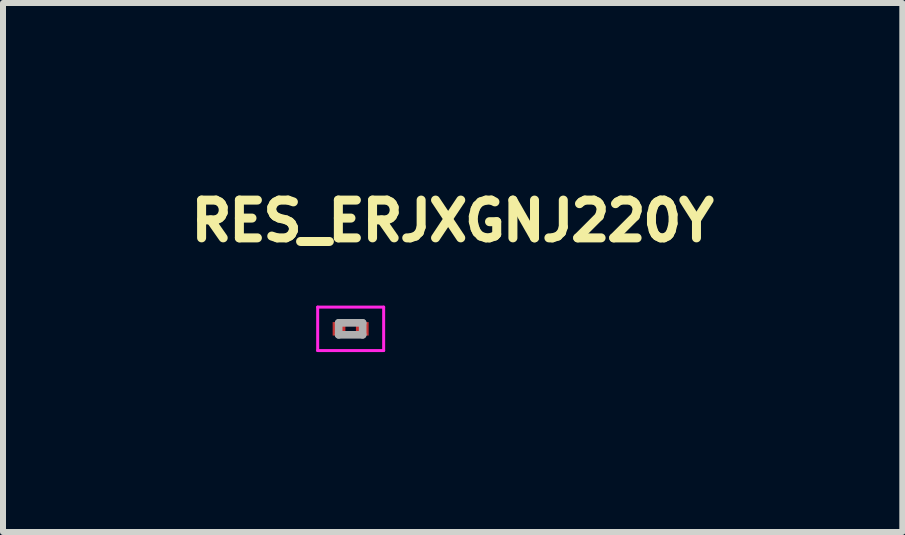
<source format=kicad_pcb>
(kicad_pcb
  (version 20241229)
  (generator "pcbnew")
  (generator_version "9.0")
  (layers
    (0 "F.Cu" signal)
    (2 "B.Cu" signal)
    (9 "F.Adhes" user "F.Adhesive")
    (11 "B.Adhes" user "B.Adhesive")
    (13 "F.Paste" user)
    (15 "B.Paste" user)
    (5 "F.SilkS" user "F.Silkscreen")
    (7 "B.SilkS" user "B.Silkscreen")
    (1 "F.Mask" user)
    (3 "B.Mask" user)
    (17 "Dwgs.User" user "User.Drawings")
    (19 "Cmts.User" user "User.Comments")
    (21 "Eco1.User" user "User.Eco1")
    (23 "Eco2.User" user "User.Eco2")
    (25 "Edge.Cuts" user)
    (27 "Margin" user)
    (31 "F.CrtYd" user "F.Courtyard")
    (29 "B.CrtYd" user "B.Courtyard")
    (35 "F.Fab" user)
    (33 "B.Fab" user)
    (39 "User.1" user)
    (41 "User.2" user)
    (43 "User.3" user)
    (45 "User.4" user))
  (footprint "RES_ERJXGNJ220Y"
    (layer "F.Cu")
    (at 2.796 2.432)
    (property "Reference" "RES_ERJXGNJ220Y" (at 1.7 -1.8 0) (layer "F.SilkS") (effects (font (size 0.63 0.63) (thickness 0.15))))
    (attr smd)
    (fp_line (start -0.55 -0.362) (end -0.55 0.362) (stroke (width 0.05) (type solid)) (layer "F.CrtYd"))
    (fp_line (start -0.55 0.362) (end 0.55 0.362) (stroke (width 0.05) (type solid)) (layer "F.CrtYd"))
    (fp_line (start 0.55 -0.362) (end -0.55 -0.362) (stroke (width 0.05) (type solid)) (layer "F.CrtYd"))
    (fp_line (start 0.55 0.362) (end 0.55 -0.362) (stroke (width 0.05) (type solid)) (layer "F.CrtYd"))
    (fp_line (start -0.2 -0.1) (end -0.2 0.1) (stroke (width 0.127) (type solid)) (layer "F.Fab"))
    (fp_line (start -0.2 -0.1) (end 0.2 -0.1) (stroke (width 0.127) (type solid)) (layer "F.Fab"))
    (fp_line (start -0.2 0.1) (end 0.2 0.1) (stroke (width 0.127) (type solid)) (layer "F.Fab"))
    (fp_line (start 0.2 -0.1) (end 0.2 0.1) (stroke (width 0.127) (type solid)) (layer "F.Fab"))
    (pad "1" smd rect (at -0.194 0) (size 0.212 0.225) (layers "F.Cu" "F.Mask" "F.Paste"))
    (pad "2" smd rect (at 0.194 0) (size 0.212 0.225) (layers "F.Cu" "F.Mask" "F.Paste")))
  (gr_rect
    (start -3 -3)
    (end 11.993 5.819)
    (stroke (width 0.1) (type default))
    (fill no)
    (layer "Edge.Cuts")))
</source>
